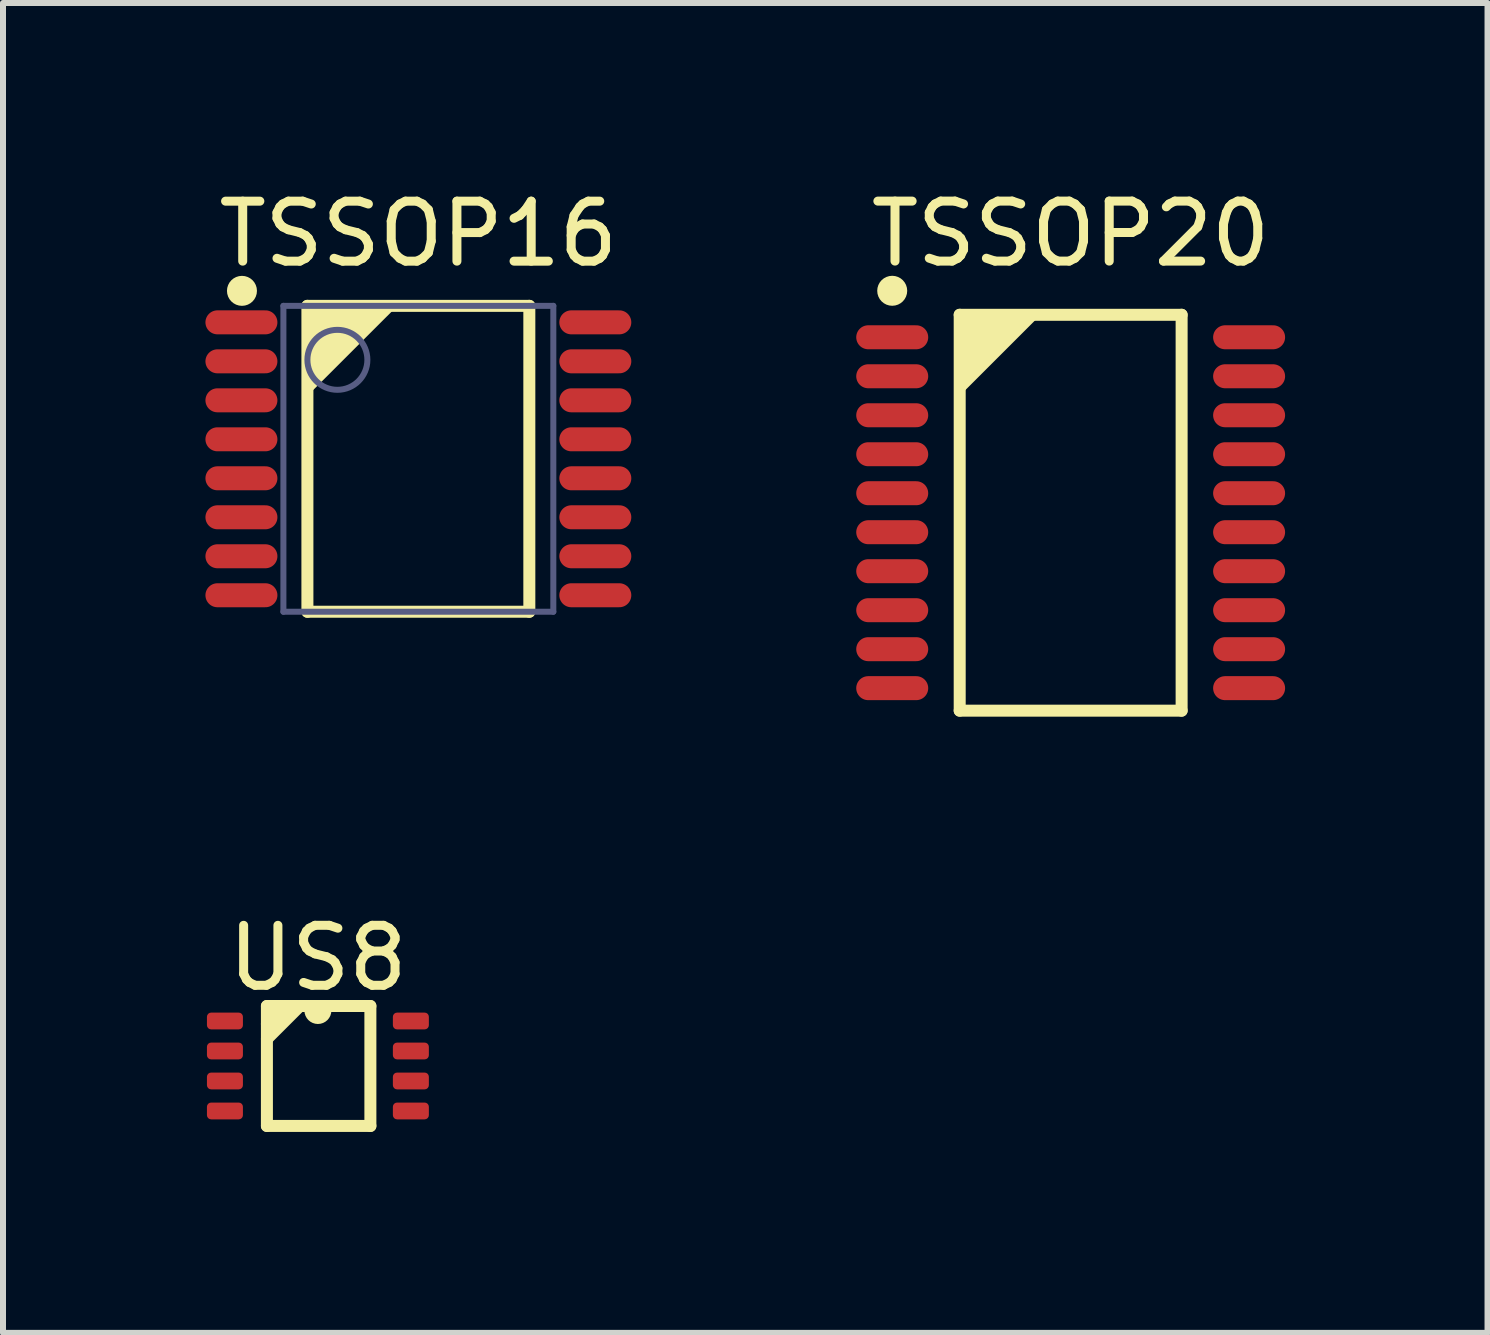
<source format=kicad_pcb>
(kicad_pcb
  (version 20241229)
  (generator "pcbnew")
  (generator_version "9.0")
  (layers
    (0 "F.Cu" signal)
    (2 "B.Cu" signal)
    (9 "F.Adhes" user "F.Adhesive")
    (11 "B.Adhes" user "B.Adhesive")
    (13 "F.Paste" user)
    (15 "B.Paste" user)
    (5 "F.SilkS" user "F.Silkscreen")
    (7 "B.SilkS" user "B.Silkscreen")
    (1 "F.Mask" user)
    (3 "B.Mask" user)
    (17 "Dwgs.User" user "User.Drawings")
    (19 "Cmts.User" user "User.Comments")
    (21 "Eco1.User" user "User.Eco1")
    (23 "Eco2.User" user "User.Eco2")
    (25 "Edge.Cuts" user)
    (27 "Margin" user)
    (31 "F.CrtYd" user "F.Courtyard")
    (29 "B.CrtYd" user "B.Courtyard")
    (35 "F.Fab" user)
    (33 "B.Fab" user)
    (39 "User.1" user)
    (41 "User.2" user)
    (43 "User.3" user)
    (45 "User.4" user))
  (footprint "US8"
    (layer "F.Cu")
    (at 2.25 14.722)
    (property "Reference" "US8" (at 0 -1.8 0) (layer "F.SilkS") (effects (font (size 1 1) (thickness 0.15))))
    (fp_line (start -0.85 -1) (end -0.125 -1) (stroke (width 0.2) (type solid)) (layer "F.SilkS"))
    (fp_line (start -0.85 -0.7) (end -0.55 -1) (stroke (width 0.2) (type solid)) (layer "F.SilkS"))
    (fp_line (start -0.85 -0.45) (end -0.3 -1) (stroke (width 0.2) (type solid)) (layer "F.SilkS"))
    (fp_line (start -0.85 1) (end -0.85 -1) (stroke (width 0.2) (type solid)) (layer "F.SilkS"))
    (fp_line (start -0.85 1) (end 0.875 1) (stroke (width 0.2) (type solid)) (layer "F.SilkS"))
    (fp_line (start -0.275 -1) (end 0.875 -1) (stroke (width 0.2) (type solid)) (layer "F.SilkS"))
    (fp_line (start 0.875 1) (end 0.875 -1) (stroke (width 0.2) (type solid)) (layer "F.SilkS"))
    (fp_arc (start 0.125 -0.925) (mid 0 -0.8) (end -0.125 -0.925) (stroke (width 0.2) (type solid)) (layer "F.SilkS"))
    (fp_line (start -2.2 -1.4) (end 2.2 -1.4) (stroke (width 0.1) (type solid)) (layer "Eco2.User"))
    (fp_line (start -2.2 1.4) (end -2.2 -1.4) (stroke (width 0.1) (type solid)) (layer "Eco2.User"))
    (fp_line (start -2.2 1.4) (end 2.2 1.4) (stroke (width 0.1) (type solid)) (layer "Eco2.User"))
    (fp_line (start 2.2 1.4) (end 2.2 -1.4) (stroke (width 0.1) (type solid)) (layer "Eco2.User"))
    (fp_circle (center 0 0) (end 0 -0.1) (stroke (width 0.2) (type solid)) (fill no) (layer "Eco2.User"))
    (pad "1" smd roundrect (at -1.55 -0.75) (size 0.6 0.28) (layers "F.Cu" "F.Mask" "F.Paste") (roundrect_rratio 0.25))
    (pad "2" smd roundrect (at -1.55 -0.25) (size 0.6 0.28) (layers "F.Cu" "F.Mask" "F.Paste") (roundrect_rratio 0.25))
    (pad "3" smd roundrect (at -1.55 0.25) (size 0.6 0.28) (layers "F.Cu" "F.Mask" "F.Paste") (roundrect_rratio 0.25))
    (pad "4" smd roundrect (at -1.55 0.75) (size 0.6 0.28) (layers "F.Cu" "F.Mask" "F.Paste") (roundrect_rratio 0.25))
    (pad "5" smd roundrect (at 1.55 0.75) (size 0.6 0.28) (layers "F.Cu" "F.Mask" "F.Paste") (roundrect_rratio 0.25))
    (pad "6" smd roundrect (at 1.55 0.25) (size 0.6 0.28) (layers "F.Cu" "F.Mask" "F.Paste") (roundrect_rratio 0.25))
    (pad "7" smd roundrect (at 1.55 -0.25) (size 0.6 0.28) (layers "F.Cu" "F.Mask" "F.Paste") (roundrect_rratio 0.25))
    (pad "8" smd roundrect (at 1.55 -0.75) (size 0.6 0.28) (layers "F.Cu" "F.Mask" "F.Paste") (roundrect_rratio 0.25)))
  (footprint "TSSOP20"
    (layer "F.Cu")
    (at 14.8 5.498)
    (property "Reference" "TSSOP20" (at 0 -4.65 0) (layer "F.SilkS") (effects (font (size 1 1) (thickness 0.15))))
    (fp_line (start -1.85 -3.3) (end 1.85 -3.3) (stroke (width 0.2) (type solid)) (layer "F.SilkS"))
    (fp_line (start -1.85 3.3) (end -1.85 -3.3) (stroke (width 0.2) (type solid)) (layer "F.SilkS"))
    (fp_line (start -1.85 3.3) (end 1.85 3.3) (stroke (width 0.2) (type solid)) (layer "F.SilkS"))
    (fp_line (start 1.85 3.3) (end 1.85 -3.3) (stroke (width 0.2) (type solid)) (layer "F.SilkS"))
    (fp_circle (center -2.975 -3.7) (end -2.975 -3.825) (stroke (width 0.25) (type solid)) (fill no) (layer "F.SilkS"))
    (fp_poly (pts (xy -1.85 -3.3) (xy -0.5 -3.3) (xy -1.909 -1.891)) (stroke (width 0) (type default)) (fill yes) (layer "F.SilkS"))
    (fp_line (start -3.925 -3.55) (end 3.925 -3.55) (stroke (width 0.05) (type solid)) (layer "Eco2.User"))
    (fp_line (start -3.925 3.55) (end -3.925 -3.55) (stroke (width 0.05) (type solid)) (layer "Eco2.User"))
    (fp_line (start -3.925 3.55) (end 3.925 3.55) (stroke (width 0.05) (type solid)) (layer "Eco2.User"))
    (fp_line (start -0.5 0) (end 0.5 0) (stroke (width 0.1) (type solid)) (layer "Eco2.User"))
    (fp_line (start 0 0.5) (end 0 -0.5) (stroke (width 0.1) (type solid)) (layer "Eco2.User"))
    (fp_line (start 3.925 3.55) (end 3.925 -3.55) (stroke (width 0.05) (type solid)) (layer "Eco2.User"))
    (pad "1" smd oval (at -2.975 -2.925 90) (size 0.4 1.2) (layers "F.Cu" "F.Mask" "F.Paste"))
    (pad "2" smd oval (at -2.975 -2.275 90) (size 0.4 1.2) (layers "F.Cu" "F.Mask" "F.Paste"))
    (pad "3" smd oval (at -2.975 -1.625 90) (size 0.4 1.2) (layers "F.Cu" "F.Mask" "F.Paste"))
    (pad "4" smd oval (at -2.975 -0.975 90) (size 0.4 1.2) (layers "F.Cu" "F.Mask" "F.Paste"))
    (pad "5" smd oval (at -2.975 -0.325 90) (size 0.4 1.2) (layers "F.Cu" "F.Mask" "F.Paste"))
    (pad "6" smd oval (at -2.975 0.325 90) (size 0.4 1.2) (layers "F.Cu" "F.Mask" "F.Paste"))
    (pad "7" smd oval (at -2.975 0.975 90) (size 0.4 1.2) (layers "F.Cu" "F.Mask" "F.Paste"))
    (pad "8" smd oval (at -2.975 1.625 90) (size 0.4 1.2) (layers "F.Cu" "F.Mask" "F.Paste"))
    (pad "9" smd oval (at -2.975 2.275 90) (size 0.4 1.2) (layers "F.Cu" "F.Mask" "F.Paste"))
    (pad "10" smd oval (at -2.975 2.925 90) (size 0.4 1.2) (layers "F.Cu" "F.Mask" "F.Paste"))
    (pad "11" smd oval (at 2.975 2.925 90) (size 0.4 1.2) (layers "F.Cu" "F.Mask" "F.Paste"))
    (pad "12" smd oval (at 2.975 2.275 90) (size 0.4 1.2) (layers "F.Cu" "F.Mask" "F.Paste"))
    (pad "13" smd oval (at 2.975 1.625 90) (size 0.4 1.2) (layers "F.Cu" "F.Mask" "F.Paste"))
    (pad "14" smd oval (at 2.975 0.975 90) (size 0.4 1.2) (layers "F.Cu" "F.Mask" "F.Paste"))
    (pad "15" smd oval (at 2.975 0.325 90) (size 0.4 1.2) (layers "F.Cu" "F.Mask" "F.Paste"))
    (pad "16" smd oval (at 2.975 -0.325 90) (size 0.4 1.2) (layers "F.Cu" "F.Mask" "F.Paste"))
    (pad "17" smd oval (at 2.975 -0.975 90) (size 0.4 1.2) (layers "F.Cu" "F.Mask" "F.Paste"))
    (pad "18" smd oval (at 2.975 -1.625 90) (size 0.4 1.2) (layers "F.Cu" "F.Mask" "F.Paste"))
    (pad "19" smd oval (at 2.975 -2.275 90) (size 0.4 1.2) (layers "F.Cu" "F.Mask" "F.Paste"))
    (pad "20" smd oval (at 2.975 -2.925 90) (size 0.4 1.2) (layers "F.Cu" "F.Mask" "F.Paste")))
  (footprint "TSSOP16"
    (layer "F.Cu")
    (at 3.925 4.599)
    (property "Reference" "TSSOP16" (at 0 -3.75 0) (layer "F.SilkS") (effects (font (size 1 1) (thickness 0.15))))
    (fp_line (start -1.85 -2.55) (end 1.85 -2.55) (stroke (width 0.2) (type solid)) (layer "F.SilkS"))
    (fp_line (start -1.85 2.55) (end -1.85 -2.55) (stroke (width 0.2) (type solid)) (layer "F.SilkS"))
    (fp_line (start -1.85 2.55) (end 1.85 2.55) (stroke (width 0.2) (type solid)) (layer "F.SilkS"))
    (fp_line (start 1.85 2.55) (end 1.85 -2.55) (stroke (width 0.2) (type solid)) (layer "F.SilkS"))
    (fp_circle (center -2.941 -2.8) (end -2.941 -2.925) (stroke (width 0.25) (type solid)) (fill no) (layer "F.SilkS"))
    (fp_poly (pts (xy -0.287 -2.612) (xy -1.9 -1) (xy -1.9 -2.5) (xy -1.85 -2.55)) (stroke (width 0) (type default)) (fill yes) (layer "F.SilkS"))
    (fp_line (start -3.9 -2.8) (end 3.9 -2.8) (stroke (width 0.05) (type solid)) (layer "Eco2.User"))
    (fp_line (start -3.9 2.8) (end -3.9 -2.8) (stroke (width 0.05) (type solid)) (layer "Eco2.User"))
    (fp_line (start -3.9 2.8) (end 3.9 2.8) (stroke (width 0.05) (type solid)) (layer "Eco2.User"))
    (fp_line (start -0.5 0) (end 0.5 0) (stroke (width 0.1) (type solid)) (layer "Eco2.User"))
    (fp_line (start 0 0.5) (end 0 -0.5) (stroke (width 0.1) (type solid)) (layer "Eco2.User"))
    (fp_line (start 3.9 2.8) (end 3.9 -2.8) (stroke (width 0.05) (type solid)) (layer "Eco2.User"))
    (fp_line (start -2.25 -2.55) (end 2.25 -2.55) (stroke (width 0.1) (type solid)) (layer "B.Fab"))
    (fp_line (start -2.25 2.55) (end -2.25 -2.55) (stroke (width 0.1) (type solid)) (layer "B.Fab"))
    (fp_line (start -2.25 2.55) (end 2.25 2.55) (stroke (width 0.1) (type solid)) (layer "B.Fab"))
    (fp_line (start 2.25 2.55) (end 2.25 -2.55) (stroke (width 0.1) (type solid)) (layer "B.Fab"))
    (fp_circle (center -1.35 -1.65) (end -1.35 -2.15) (stroke (width 0.1) (type solid)) (fill no) (layer "B.Fab"))
    (pad "1" smd oval (at -2.95 -2.275 90) (size 0.4 1.2) (layers "F.Cu" "F.Mask" "F.Paste"))
    (pad "2" smd oval (at -2.95 -1.625 90) (size 0.4 1.2) (layers "F.Cu" "F.Mask" "F.Paste"))
    (pad "3" smd oval (at -2.95 -0.975 90) (size 0.4 1.2) (layers "F.Cu" "F.Mask" "F.Paste"))
    (pad "4" smd oval (at -2.95 -0.325 90) (size 0.4 1.2) (layers "F.Cu" "F.Mask" "F.Paste"))
    (pad "5" smd oval (at -2.95 0.325 90) (size 0.4 1.2) (layers "F.Cu" "F.Mask" "F.Paste"))
    (pad "6" smd oval (at -2.95 0.975 90) (size 0.4 1.2) (layers "F.Cu" "F.Mask" "F.Paste"))
    (pad "7" smd oval (at -2.95 1.625 90) (size 0.4 1.2) (layers "F.Cu" "F.Mask" "F.Paste"))
    (pad "8" smd oval (at -2.95 2.275 90) (size 0.4 1.2) (layers "F.Cu" "F.Mask" "F.Paste"))
    (pad "9" smd oval (at 2.95 2.275 90) (size 0.4 1.2) (layers "F.Cu" "F.Mask" "F.Paste"))
    (pad "10" smd oval (at 2.95 1.625 90) (size 0.4 1.2) (layers "F.Cu" "F.Mask" "F.Paste"))
    (pad "11" smd oval (at 2.95 0.975 90) (size 0.4 1.2) (layers "F.Cu" "F.Mask" "F.Paste"))
    (pad "12" smd oval (at 2.95 0.325 90) (size 0.4 1.2) (layers "F.Cu" "F.Mask" "F.Paste"))
    (pad "13" smd oval (at 2.95 -0.325 90) (size 0.4 1.2) (layers "F.Cu" "F.Mask" "F.Paste"))
    (pad "14" smd oval (at 2.95 -0.975 90) (size 0.4 1.2) (layers "F.Cu" "F.Mask" "F.Paste"))
    (pad "15" smd oval (at 2.95 -1.625 90) (size 0.4 1.2) (layers "F.Cu" "F.Mask" "F.Paste"))
    (pad "16" smd oval (at 2.95 -2.275 90) (size 0.4 1.2) (layers "F.Cu" "F.Mask" "F.Paste")))
  (gr_rect
    (start -3 -3)
    (end 21.75 19.172)
    (stroke (width 0.1) (type default))
    (fill no)
    (layer "Edge.Cuts")))
</source>
